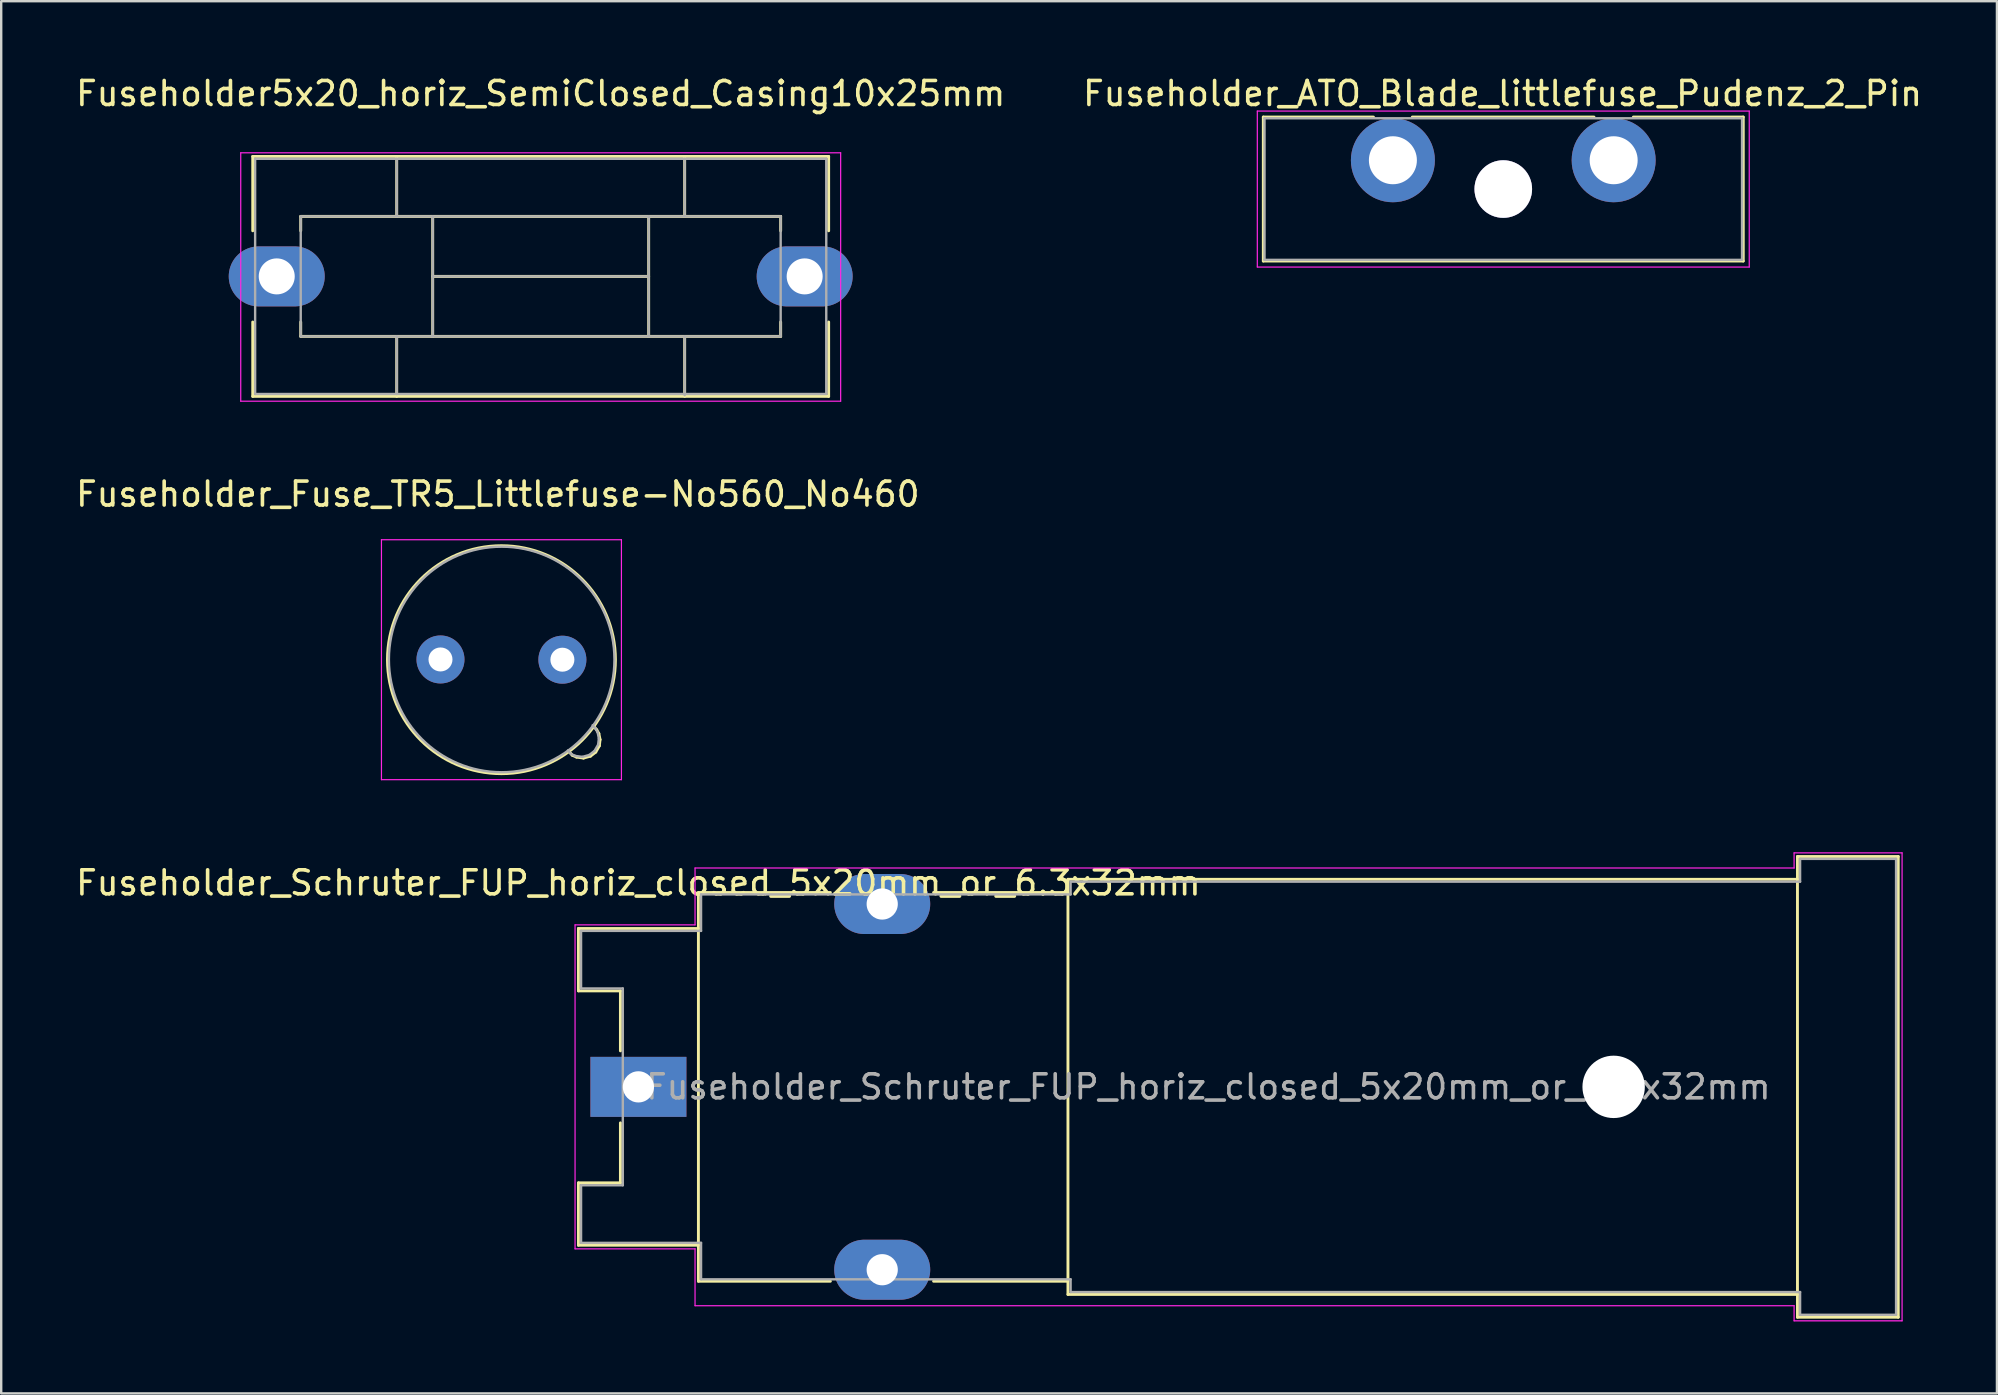
<source format=kicad_pcb>
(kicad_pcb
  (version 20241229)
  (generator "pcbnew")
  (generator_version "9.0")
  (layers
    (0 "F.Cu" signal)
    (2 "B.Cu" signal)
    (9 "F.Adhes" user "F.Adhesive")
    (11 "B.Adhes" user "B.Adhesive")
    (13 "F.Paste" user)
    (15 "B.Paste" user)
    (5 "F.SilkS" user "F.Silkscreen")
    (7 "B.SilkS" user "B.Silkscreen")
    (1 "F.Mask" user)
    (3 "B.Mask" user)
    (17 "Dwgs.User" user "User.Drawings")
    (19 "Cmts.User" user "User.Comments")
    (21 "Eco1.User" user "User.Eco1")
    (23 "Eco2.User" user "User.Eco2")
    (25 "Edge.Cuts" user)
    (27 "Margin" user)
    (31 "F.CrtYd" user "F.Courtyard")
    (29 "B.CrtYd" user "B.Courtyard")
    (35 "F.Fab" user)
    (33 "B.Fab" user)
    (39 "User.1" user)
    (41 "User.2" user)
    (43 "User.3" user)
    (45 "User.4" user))
  (footprint "Fuseholder_ATO_Blade_littlefuse_Pudenz_2_Pin"
    (layer "F.Cu")
    (at 54.995 3.628)
    (property "Reference" "Fuseholder_ATO_Blade_littlefuse_Pudenz_2_Pin" (at 4.57 -2.78 0) (layer "F.SilkS") (effects (font (size 1 1) (thickness 0.15))))
    (attr through_hole)
    (fp_line (start -5.4 -1.8) (end -0.81 -1.8) (stroke (width 0.12) (type solid)) (layer "F.SilkS"))
    (fp_line (start -5.4 4.2) (end -5.4 -1.8) (stroke (width 0.12) (type solid)) (layer "F.SilkS"))
    (fp_line (start 0.81 -1.8) (end 8.38 -1.8) (stroke (width 0.12) (type solid)) (layer "F.SilkS"))
    (fp_line (start 10.02 -1.8) (end 14.6 -1.8) (stroke (width 0.12) (type solid)) (layer "F.SilkS"))
    (fp_line (start 14.6 -1.8) (end 14.6 4.2) (stroke (width 0.12) (type solid)) (layer "F.SilkS"))
    (fp_line (start 14.6 4.2) (end -5.4 4.2) (stroke (width 0.12) (type solid)) (layer "F.SilkS"))
    (fp_line (start -5.65 -2.05) (end -5.65 4.45) (stroke (width 0.05) (type solid)) (layer "F.CrtYd"))
    (fp_line (start -5.65 -2.05) (end 14.85 -2.05) (stroke (width 0.05) (type solid)) (layer "F.CrtYd"))
    (fp_line (start 14.85 4.45) (end -5.65 4.45) (stroke (width 0.05) (type solid)) (layer "F.CrtYd"))
    (fp_line (start 14.85 4.45) (end 14.85 -2.05) (stroke (width 0.05) (type solid)) (layer "F.CrtYd"))
    (fp_line (start -5.35 -1.75) (end 14.55 -1.75) (stroke (width 0.1) (type solid)) (layer "F.Fab"))
    (fp_line (start -5.35 4.15) (end -5.35 -1.75) (stroke (width 0.1) (type solid)) (layer "F.Fab"))
    (fp_line (start 14.55 -1.75) (end 14.55 4.15) (stroke (width 0.1) (type solid)) (layer "F.Fab"))
    (fp_line (start 14.55 4.15) (end -5.35 4.15) (stroke (width 0.1) (type solid)) (layer "F.Fab"))
    (pad "" thru_hole circle (at 4.6 1.2) (size 2.4 2.4) (drill 2.4) (layers "*.Cu" "*.Mask"))
    (pad "1" thru_hole circle (at 0 0) (size 3.5 3.5) (drill 2) (layers "*.Cu" "*.Mask"))
    (pad "2" thru_hole circle (at 9.2 0) (size 3.5 3.5) (drill 2) (layers "*.Cu" "*.Mask")))
  (footprint "Fuseholder5x20_horiz_SemiClosed_Casing10x25mm"
    (layer "F.Cu")
    (at 8.482 8.468)
    (property "Reference" "Fuseholder5x20_horiz_SemiClosed_Casing10x25mm" (at 11 -7.62 0) (layer "F.SilkS") (effects (font (size 1 1) (thickness 0.15))))
    (attr through_hole)
    (fp_line (start -1 -5) (end -1 -1.9) (stroke (width 0.12) (type solid)) (layer "F.SilkS"))
    (fp_line (start -1 1.9) (end -1 5) (stroke (width 0.12) (type solid)) (layer "F.SilkS"))
    (fp_line (start -1 5) (end 23 5) (stroke (width 0.12) (type solid)) (layer "F.SilkS"))
    (fp_line (start 1 -2.5) (end 1 -1.9) (stroke (width 0.12) (type solid)) (layer "F.SilkS"))
    (fp_line (start 1 1.9) (end 1 2.5) (stroke (width 0.12) (type solid)) (layer "F.SilkS"))
    (fp_line (start 1 2.5) (end 21 2.5) (stroke (width 0.12) (type solid)) (layer "F.SilkS"))
    (fp_line (start 5 -2.5) (end 5 -5) (stroke (width 0.12) (type solid)) (layer "F.SilkS"))
    (fp_line (start 5 5) (end 5 2.5) (stroke (width 0.12) (type solid)) (layer "F.SilkS"))
    (fp_line (start 6.5 -2.5) (end 6.5 2.5) (stroke (width 0.12) (type solid)) (layer "F.SilkS"))
    (fp_line (start 6.5 0) (end 15.5 0) (stroke (width 0.12) (type solid)) (layer "F.SilkS"))
    (fp_line (start 15.5 -2.5) (end 15.5 2.5) (stroke (width 0.12) (type solid)) (layer "F.SilkS"))
    (fp_line (start 17 -5) (end 17 -2.5) (stroke (width 0.12) (type solid)) (layer "F.SilkS"))
    (fp_line (start 17 5) (end 17 2.5) (stroke (width 0.12) (type solid)) (layer "F.SilkS"))
    (fp_line (start 21 -2.5) (end 1 -2.5) (stroke (width 0.12) (type solid)) (layer "F.SilkS"))
    (fp_line (start 21 -1.9) (end 21 -2.5) (stroke (width 0.12) (type solid)) (layer "F.SilkS"))
    (fp_line (start 21 2.5) (end 21 1.9) (stroke (width 0.12) (type solid)) (layer "F.SilkS"))
    (fp_line (start 23 -5) (end -1 -5) (stroke (width 0.12) (type solid)) (layer "F.SilkS"))
    (fp_line (start 23 -1.9) (end 23 -5) (stroke (width 0.12) (type solid)) (layer "F.SilkS"))
    (fp_line (start 23 5) (end 23 1.9) (stroke (width 0.12) (type solid)) (layer "F.SilkS"))
    (fp_line (start -1.5 -5.15) (end -1.5 5.2) (stroke (width 0.05) (type solid)) (layer "F.CrtYd"))
    (fp_line (start -1.5 -5.15) (end 23.5 -5.15) (stroke (width 0.05) (type solid)) (layer "F.CrtYd"))
    (fp_line (start 23.5 5.2) (end -1.5 5.2) (stroke (width 0.05) (type solid)) (layer "F.CrtYd"))
    (fp_line (start 23.5 5.2) (end 23.5 -5.15) (stroke (width 0.05) (type solid)) (layer "F.CrtYd"))
    (fp_line (start -0.9 -4.9) (end -0.9 4.9) (stroke (width 0.1) (type solid)) (layer "F.Fab"))
    (fp_line (start -0.9 4.9) (end 22.9 4.9) (stroke (width 0.1) (type solid)) (layer "F.Fab"))
    (fp_line (start 1 -2.5) (end 1 2.5) (stroke (width 0.1) (type solid)) (layer "F.Fab"))
    (fp_line (start 1 2.5) (end 21 2.5) (stroke (width 0.1) (type solid)) (layer "F.Fab"))
    (fp_line (start 5 -4.9) (end 5 -2.5) (stroke (width 0.1) (type solid)) (layer "F.Fab"))
    (fp_line (start 5 2.5) (end 5 4.9) (stroke (width 0.1) (type solid)) (layer "F.Fab"))
    (fp_line (start 6.5 -2.5) (end 6.5 2.5) (stroke (width 0.1) (type solid)) (layer "F.Fab"))
    (fp_line (start 6.5 0) (end 15.5 0) (stroke (width 0.1) (type solid)) (layer "F.Fab"))
    (fp_line (start 15.5 -2.5) (end 15.5 2.5) (stroke (width 0.1) (type solid)) (layer "F.Fab"))
    (fp_line (start 17 -2.5) (end 17 -4.9) (stroke (width 0.1) (type solid)) (layer "F.Fab"))
    (fp_line (start 17 2.5) (end 17 4.95) (stroke (width 0.1) (type solid)) (layer "F.Fab"))
    (fp_line (start 21 -2.5) (end 1 -2.5) (stroke (width 0.1) (type solid)) (layer "F.Fab"))
    (fp_line (start 21 2.5) (end 21 -2.5) (stroke (width 0.1) (type solid)) (layer "F.Fab"))
    (fp_line (start 22.9 -4.9) (end -0.9 -4.9) (stroke (width 0.1) (type solid)) (layer "F.Fab"))
    (fp_line (start 22.9 4.9) (end 22.9 -4.9) (stroke (width 0.1) (type solid)) (layer "F.Fab"))
    (pad "1" thru_hole oval (at 0 0 270) (size 2.5 4) (drill 1.5) (layers "*.Cu" "*.Mask"))
    (pad "2" thru_hole oval (at 22 0 270) (size 2.5 4) (drill 1.5) (layers "*.Cu" "*.Mask")))
  (footprint "Fuseholder_Fuse_TR5_Littlefuse-No560_No460"
    (layer "F.Cu")
    (at 15.306 24.431)
    (property "Reference" "Fuseholder_Fuse_TR5_Littlefuse-No560_No460" (at 2.39 -6.89 0) (layer "F.SilkS") (effects (font (size 1 1) (thickness 0.15))))
    (attr through_hole)
    (fp_line (start 5.49 3.99) (end 5.36 3.84) (stroke (width 0.12) (type solid)) (layer "F.SilkS"))
    (fp_line (start 5.67 4.07) (end 5.49 3.99) (stroke (width 0.12) (type solid)) (layer "F.SilkS"))
    (fp_line (start 5.96 4.11) (end 5.67 4.07) (stroke (width 0.12) (type solid)) (layer "F.SilkS"))
    (fp_line (start 6.25 4.03) (end 5.96 4.11) (stroke (width 0.12) (type solid)) (layer "F.SilkS"))
    (fp_line (start 6.39 2.79) (end 6.51 2.93) (stroke (width 0.12) (type solid)) (layer "F.SilkS"))
    (fp_line (start 6.47 3.86) (end 6.25 4.03) (stroke (width 0.12) (type solid)) (layer "F.SilkS"))
    (fp_line (start 6.51 2.93) (end 6.6 3.09) (stroke (width 0.12) (type solid)) (layer "F.SilkS"))
    (fp_line (start 6.6 3.09) (end 6.65 3.34) (stroke (width 0.12) (type solid)) (layer "F.SilkS"))
    (fp_line (start 6.62 3.6) (end 6.47 3.86) (stroke (width 0.12) (type solid)) (layer "F.SilkS"))
    (fp_line (start 6.65 3.34) (end 6.62 3.6) (stroke (width 0.12) (type solid)) (layer "F.SilkS"))
    (fp_circle (center 2.54 0.01) (end 7.29 0.01) (stroke (width 0.12) (type solid)) (fill no) (layer "F.SilkS"))
    (fp_line (start -2.46 -4.99) (end -2.46 5.01) (stroke (width 0.05) (type solid)) (layer "F.CrtYd"))
    (fp_line (start -2.46 -4.99) (end 7.54 -4.99) (stroke (width 0.05) (type solid)) (layer "F.CrtYd"))
    (fp_line (start 7.54 5.01) (end -2.46 5.01) (stroke (width 0.05) (type solid)) (layer "F.CrtYd"))
    (fp_line (start 7.54 5.01) (end 7.54 -4.99) (stroke (width 0.05) (type solid)) (layer "F.CrtYd"))
    (fp_line (start 5.44 3.94) (end 5.31 3.79) (stroke (width 0.1) (type solid)) (layer "F.Fab"))
    (fp_line (start 5.62 4.02) (end 5.44 3.94) (stroke (width 0.1) (type solid)) (layer "F.Fab"))
    (fp_line (start 5.91 4.06) (end 5.62 4.02) (stroke (width 0.1) (type solid)) (layer "F.Fab"))
    (fp_line (start 6.2 3.98) (end 5.91 4.06) (stroke (width 0.1) (type solid)) (layer "F.Fab"))
    (fp_line (start 6.34 2.74) (end 6.46 2.88) (stroke (width 0.1) (type solid)) (layer "F.Fab"))
    (fp_line (start 6.42 3.81) (end 6.2 3.98) (stroke (width 0.1) (type solid)) (layer "F.Fab"))
    (fp_line (start 6.46 2.88) (end 6.55 3.04) (stroke (width 0.1) (type solid)) (layer "F.Fab"))
    (fp_line (start 6.55 3.04) (end 6.6 3.29) (stroke (width 0.1) (type solid)) (layer "F.Fab"))
    (fp_line (start 6.57 3.55) (end 6.42 3.81) (stroke (width 0.1) (type solid)) (layer "F.Fab"))
    (fp_line (start 6.6 3.29) (end 6.57 3.55) (stroke (width 0.1) (type solid)) (layer "F.Fab"))
    (fp_circle (center 2.55 0) (end 7.25 0) (stroke (width 0.1) (type solid)) (fill no) (layer "F.Fab"))
    (pad "1" thru_hole circle (at 0 0) (size 2 2) (drill 1) (layers "*.Cu" "*.Mask"))
    (pad "2" thru_hole circle (at 5.08 0.01) (size 2 2) (drill 1) (layers "*.Cu" "*.Mask")))
  (footprint "Fuseholder_Schruter_FUP_horiz_closed_5x20mm_or_6.3x32mm"
    (layer "F.Cu")
    (at 23.554 42.242)
    (property "Reference" "Fuseholder_Schruter_FUP_horiz_closed_5x20mm_or_6.3x32mm" (at 0 -8.5 0) (layer "F.SilkS") (effects (font (size 1 1) (thickness 0.15))))
    (attr through_hole)
    (fp_line (start -2.5 -6.6) (end 2.5 -6.6) (stroke (width 0.12) (type solid)) (layer "F.SilkS"))
    (fp_line (start -2.5 -4) (end -2.5 -6.6) (stroke (width 0.12) (type solid)) (layer "F.SilkS"))
    (fp_line (start -2.5 4) (end -0.75 4) (stroke (width 0.12) (type solid)) (layer "F.SilkS"))
    (fp_line (start -2.5 6.6) (end -2.5 4) (stroke (width 0.12) (type solid)) (layer "F.SilkS"))
    (fp_line (start -2.5 6.6) (end 2.5 6.6) (stroke (width 0.12) (type solid)) (layer "F.SilkS"))
    (fp_line (start -0.75 -4) (end -2.5 -4) (stroke (width 0.12) (type solid)) (layer "F.SilkS"))
    (fp_line (start -0.75 -1.5) (end -0.75 -4) (stroke (width 0.12) (type solid)) (layer "F.SilkS"))
    (fp_line (start -0.75 4) (end -0.75 1.5) (stroke (width 0.12) (type solid)) (layer "F.SilkS"))
    (fp_line (start 2.5 -8.1) (end 8 -8.1) (stroke (width 0.12) (type solid)) (layer "F.SilkS"))
    (fp_line (start 2.5 8.1) (end 2.5 -8.1) (stroke (width 0.12) (type solid)) (layer "F.SilkS"))
    (fp_line (start 2.5 8.1) (end 8 8.1) (stroke (width 0.12) (type solid)) (layer "F.SilkS"))
    (fp_line (start 12.3 -8.1) (end 17.9 -8.1) (stroke (width 0.12) (type solid)) (layer "F.SilkS"))
    (fp_line (start 12.3 8.1) (end 17.9 8.1) (stroke (width 0.12) (type solid)) (layer "F.SilkS"))
    (fp_line (start 17.9 -8.65) (end 48.3 -8.65) (stroke (width 0.12) (type solid)) (layer "F.SilkS"))
    (fp_line (start 17.9 8.65) (end 17.9 -8.65) (stroke (width 0.12) (type solid)) (layer "F.SilkS"))
    (fp_line (start 17.9 8.65) (end 48.3 8.65) (stroke (width 0.12) (type solid)) (layer "F.SilkS"))
    (fp_line (start 48.3 -9.6) (end 52.5 -9.6) (stroke (width 0.12) (type solid)) (layer "F.SilkS"))
    (fp_line (start 48.3 9.6) (end 48.3 -9.6) (stroke (width 0.12) (type solid)) (layer "F.SilkS"))
    (fp_line (start 48.3 9.6) (end 52.5 9.6) (stroke (width 0.12) (type solid)) (layer "F.SilkS"))
    (fp_line (start 52.5 -9.6) (end 52.5 9.6) (stroke (width 0.12) (type solid)) (layer "F.SilkS"))
    (fp_line (start -2.64 -6.75) (end 2.36 -6.75) (stroke (width 0.05) (type solid)) (layer "F.CrtYd"))
    (fp_line (start -2.64 6.75) (end -2.64 -6.75) (stroke (width 0.05) (type solid)) (layer "F.CrtYd"))
    (fp_line (start -2.64 6.75) (end 2.36 6.75) (stroke (width 0.05) (type solid)) (layer "F.CrtYd"))
    (fp_line (start 2.36 -9.12) (end 2.36 -6.75) (stroke (width 0.05) (type solid)) (layer "F.CrtYd"))
    (fp_line (start 2.36 -9.12) (end 48.16 -9.12) (stroke (width 0.05) (type solid)) (layer "F.CrtYd"))
    (fp_line (start 2.36 6.75) (end 2.36 9.12) (stroke (width 0.05) (type solid)) (layer "F.CrtYd"))
    (fp_line (start 48.16 -9.75) (end 48.16 -9.12) (stroke (width 0.05) (type solid)) (layer "F.CrtYd"))
    (fp_line (start 48.16 -9.75) (end 52.66 -9.75) (stroke (width 0.05) (type solid)) (layer "F.CrtYd"))
    (fp_line (start 48.16 9.12) (end 2.36 9.12) (stroke (width 0.05) (type solid)) (layer "F.CrtYd"))
    (fp_line (start 48.16 9.12) (end 48.16 9.75) (stroke (width 0.05) (type solid)) (layer "F.CrtYd"))
    (fp_line (start 48.16 9.75) (end 52.66 9.75) (stroke (width 0.05) (type solid)) (layer "F.CrtYd"))
    (fp_line (start 52.66 -9.75) (end 52.66 9.75) (stroke (width 0.05) (type solid)) (layer "F.CrtYd"))
    (fp_line (start -2.39 -4.1) (end -2.39 -6.5) (stroke (width 0.1) (type solid)) (layer "F.Fab"))
    (fp_line (start -2.39 -4.1) (end -0.65 -4.1) (stroke (width 0.1) (type solid)) (layer "F.Fab"))
    (fp_line (start -2.39 4.1) (end -2.39 6.5) (stroke (width 0.1) (type solid)) (layer "F.Fab"))
    (fp_line (start -2.39 6.5) (end 2.61 6.5) (stroke (width 0.1) (type solid)) (layer "F.Fab"))
    (fp_line (start -0.65 -4.1) (end -0.65 4.1) (stroke (width 0.1) (type solid)) (layer "F.Fab"))
    (fp_line (start -0.65 4.1) (end -2.39 4.1) (stroke (width 0.1) (type solid)) (layer "F.Fab"))
    (fp_line (start 2.61 -8.02) (end 2.61 -6.5) (stroke (width 0.1) (type solid)) (layer "F.Fab"))
    (fp_line (start 2.61 -6.5) (end -2.39 -6.5) (stroke (width 0.1) (type solid)) (layer "F.Fab"))
    (fp_line (start 2.61 6.5) (end 2.61 8.02) (stroke (width 0.1) (type solid)) (layer "F.Fab"))
    (fp_line (start 2.61 8.02) (end 18.01 8.02) (stroke (width 0.1) (type solid)) (layer "F.Fab"))
    (fp_line (start 18.01 -8.55) (end 18.01 -8.02) (stroke (width 0.1) (type solid)) (layer "F.Fab"))
    (fp_line (start 18.01 -8.02) (end 2.61 -8.02) (stroke (width 0.1) (type solid)) (layer "F.Fab"))
    (fp_line (start 18.01 8.02) (end 18.01 8.55) (stroke (width 0.1) (type solid)) (layer "F.Fab"))
    (fp_line (start 18.01 8.55) (end 48.41 8.55) (stroke (width 0.1) (type solid)) (layer "F.Fab"))
    (fp_line (start 48.41 -9.5) (end 48.41 -8.55) (stroke (width 0.1) (type solid)) (layer "F.Fab"))
    (fp_line (start 48.41 -8.55) (end 18.01 -8.55) (stroke (width 0.1) (type solid)) (layer "F.Fab"))
    (fp_line (start 48.41 8.55) (end 48.41 9.5) (stroke (width 0.1) (type solid)) (layer "F.Fab"))
    (fp_line (start 48.41 9.5) (end 52.41 9.5) (stroke (width 0.1) (type solid)) (layer "F.Fab"))
    (fp_line (start 52.41 -9.5) (end 48.41 -9.5) (stroke (width 0.1) (type solid)) (layer "F.Fab"))
    (fp_line (start 52.41 -9.5) (end 52.41 9.5) (stroke (width 0.1) (type solid)) (layer "F.Fab"))
    (fp_text user "${REFERENCE}" (at 23.75 0 0) (layer "F.Fab") (effects (font (size 1 1) (thickness 0.15))))
    (pad "" np_thru_hole circle (at 40.64 0) (size 2.6 2.6) (drill 2.6) (layers "*.Cu" "*.Mask"))
    (pad "1" thru_hole rect (at 0 0) (size 4 2.5) (drill 1.3) (layers "*.Cu" "*.Mask"))
    (pad "2" thru_hole oval (at 10.16 -7.62) (size 4 2.5) (drill 1.3) (layers "*.Cu" "*.Mask"))
    (pad "2" thru_hole oval (at 10.16 7.62) (size 4 2.5) (drill 1.3) (layers "*.Cu" "*.Mask")))
  (gr_rect
    (start -3 -3)
    (end 80.167 55.017)
    (stroke (width 0.1) (type default))
    (fill no)
    (layer "Edge.Cuts")))
</source>
